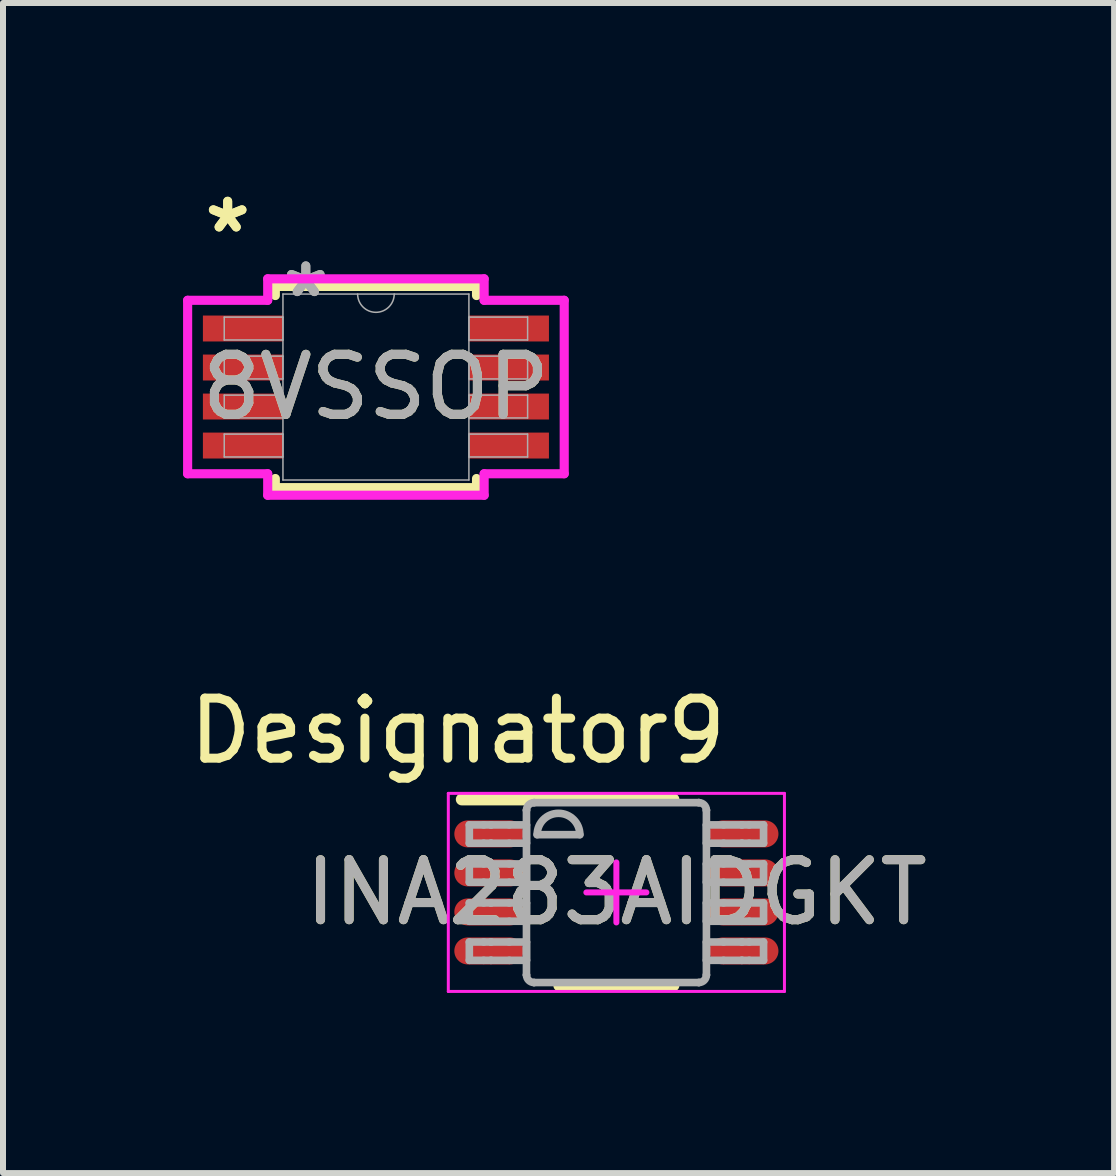
<source format=kicad_pcb>
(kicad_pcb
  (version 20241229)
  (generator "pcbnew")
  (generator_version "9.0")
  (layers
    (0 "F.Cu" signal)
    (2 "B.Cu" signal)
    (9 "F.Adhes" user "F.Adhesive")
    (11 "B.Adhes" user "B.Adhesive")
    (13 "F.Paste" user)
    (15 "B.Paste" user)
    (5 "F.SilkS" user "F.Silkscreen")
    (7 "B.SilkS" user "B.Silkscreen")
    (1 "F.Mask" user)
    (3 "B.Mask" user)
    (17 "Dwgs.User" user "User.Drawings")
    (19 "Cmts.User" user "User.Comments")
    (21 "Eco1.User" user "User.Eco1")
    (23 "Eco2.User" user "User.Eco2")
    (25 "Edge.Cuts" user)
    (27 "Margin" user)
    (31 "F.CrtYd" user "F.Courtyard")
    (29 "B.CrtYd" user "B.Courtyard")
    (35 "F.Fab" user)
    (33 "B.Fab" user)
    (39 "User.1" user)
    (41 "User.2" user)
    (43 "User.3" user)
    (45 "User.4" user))
  (footprint "8VSSOP"
    (layer "F.Cu")
    (at 3.213 3.398)
    (property "Reference" "8VSSOP" (at 0 0 0) (unlocked yes) (layer "F.SilkS") (effects (font (size 1 1) (thickness 0.15))))
    (attr smd)
    (fp_line (start -1.676 -1.676) (end -1.676 -1.524) (stroke (width 0.152) (type solid)) (layer "F.SilkS"))
    (fp_line (start -1.676 1.524) (end -1.676 1.676) (stroke (width 0.152) (type solid)) (layer "F.SilkS"))
    (fp_line (start -1.676 1.676) (end 1.676 1.676) (stroke (width 0.152) (type solid)) (layer "F.SilkS"))
    (fp_line (start 1.676 -1.676) (end -1.676 -1.676) (stroke (width 0.152) (type solid)) (layer "F.SilkS"))
    (fp_line (start 1.676 -1.524) (end 1.676 -1.676) (stroke (width 0.152) (type solid)) (layer "F.SilkS"))
    (fp_line (start 1.676 1.676) (end 1.676 1.524) (stroke (width 0.152) (type solid)) (layer "F.SilkS"))
    (fp_line (start -3.137 -1.445) (end -1.803 -1.445) (stroke (width 0.152) (type solid)) (layer "F.CrtYd"))
    (fp_line (start -3.137 1.445) (end -3.137 -1.445) (stroke (width 0.152) (type solid)) (layer "F.CrtYd"))
    (fp_line (start -3.137 1.445) (end -1.803 1.445) (stroke (width 0.152) (type solid)) (layer "F.CrtYd"))
    (fp_line (start -1.803 -1.803) (end 1.803 -1.803) (stroke (width 0.152) (type solid)) (layer "F.CrtYd"))
    (fp_line (start -1.803 -1.445) (end -1.803 -1.803) (stroke (width 0.152) (type solid)) (layer "F.CrtYd"))
    (fp_line (start -1.803 1.803) (end -1.803 1.445) (stroke (width 0.152) (type solid)) (layer "F.CrtYd"))
    (fp_line (start 1.803 -1.803) (end 1.803 -1.445) (stroke (width 0.152) (type solid)) (layer "F.CrtYd"))
    (fp_line (start 1.803 1.445) (end 1.803 1.803) (stroke (width 0.152) (type solid)) (layer "F.CrtYd"))
    (fp_line (start 1.803 1.803) (end -1.803 1.803) (stroke (width 0.152) (type solid)) (layer "F.CrtYd"))
    (fp_line (start 3.137 -1.445) (end 1.803 -1.445) (stroke (width 0.152) (type solid)) (layer "F.CrtYd"))
    (fp_line (start 3.137 -1.445) (end 3.137 1.445) (stroke (width 0.152) (type solid)) (layer "F.CrtYd"))
    (fp_line (start 3.137 1.445) (end 1.803 1.445) (stroke (width 0.152) (type solid)) (layer "F.CrtYd"))
    (fp_line (start -2.527 -1.165) (end -2.527 -0.784) (stroke (width 0.025) (type solid)) (layer "F.Fab"))
    (fp_line (start -2.527 -0.784) (end -1.549 -0.784) (stroke (width 0.025) (type solid)) (layer "F.Fab"))
    (fp_line (start -2.527 -0.515) (end -2.527 -0.135) (stroke (width 0.025) (type solid)) (layer "F.Fab"))
    (fp_line (start -2.527 -0.135) (end -1.549 -0.135) (stroke (width 0.025) (type solid)) (layer "F.Fab"))
    (fp_line (start -2.527 0.135) (end -2.527 0.515) (stroke (width 0.025) (type solid)) (layer "F.Fab"))
    (fp_line (start -2.527 0.515) (end -1.549 0.515) (stroke (width 0.025) (type solid)) (layer "F.Fab"))
    (fp_line (start -2.527 0.784) (end -2.527 1.165) (stroke (width 0.025) (type solid)) (layer "F.Fab"))
    (fp_line (start -2.527 1.165) (end -1.549 1.165) (stroke (width 0.025) (type solid)) (layer "F.Fab"))
    (fp_line (start -1.549 -1.549) (end -1.549 1.549) (stroke (width 0.025) (type solid)) (layer "F.Fab"))
    (fp_line (start -1.549 -1.165) (end -2.527 -1.165) (stroke (width 0.025) (type solid)) (layer "F.Fab"))
    (fp_line (start -1.549 -0.784) (end -1.549 -1.165) (stroke (width 0.025) (type solid)) (layer "F.Fab"))
    (fp_line (start -1.549 -0.515) (end -2.527 -0.515) (stroke (width 0.025) (type solid)) (layer "F.Fab"))
    (fp_line (start -1.549 -0.135) (end -1.549 -0.515) (stroke (width 0.025) (type solid)) (layer "F.Fab"))
    (fp_line (start -1.549 0.135) (end -2.527 0.135) (stroke (width 0.025) (type solid)) (layer "F.Fab"))
    (fp_line (start -1.549 0.515) (end -1.549 0.135) (stroke (width 0.025) (type solid)) (layer "F.Fab"))
    (fp_line (start -1.549 0.784) (end -2.527 0.784) (stroke (width 0.025) (type solid)) (layer "F.Fab"))
    (fp_line (start -1.549 1.165) (end -1.549 0.784) (stroke (width 0.025) (type solid)) (layer "F.Fab"))
    (fp_line (start -1.549 1.549) (end 1.549 1.549) (stroke (width 0.025) (type solid)) (layer "F.Fab"))
    (fp_line (start 1.549 -1.549) (end -1.549 -1.549) (stroke (width 0.025) (type solid)) (layer "F.Fab"))
    (fp_line (start 1.549 -1.165) (end 1.549 -0.784) (stroke (width 0.025) (type solid)) (layer "F.Fab"))
    (fp_line (start 1.549 -0.784) (end 2.527 -0.784) (stroke (width 0.025) (type solid)) (layer "F.Fab"))
    (fp_line (start 1.549 -0.515) (end 1.549 -0.135) (stroke (width 0.025) (type solid)) (layer "F.Fab"))
    (fp_line (start 1.549 -0.135) (end 2.527 -0.135) (stroke (width 0.025) (type solid)) (layer "F.Fab"))
    (fp_line (start 1.549 0.135) (end 1.549 0.515) (stroke (width 0.025) (type solid)) (layer "F.Fab"))
    (fp_line (start 1.549 0.515) (end 2.527 0.515) (stroke (width 0.025) (type solid)) (layer "F.Fab"))
    (fp_line (start 1.549 0.784) (end 1.549 1.165) (stroke (width 0.025) (type solid)) (layer "F.Fab"))
    (fp_line (start 1.549 1.165) (end 2.527 1.165) (stroke (width 0.025) (type solid)) (layer "F.Fab"))
    (fp_line (start 1.549 1.549) (end 1.549 -1.549) (stroke (width 0.025) (type solid)) (layer "F.Fab"))
    (fp_line (start 2.527 -1.165) (end 1.549 -1.165) (stroke (width 0.025) (type solid)) (layer "F.Fab"))
    (fp_line (start 2.527 -0.784) (end 2.527 -1.165) (stroke (width 0.025) (type solid)) (layer "F.Fab"))
    (fp_line (start 2.527 -0.515) (end 1.549 -0.515) (stroke (width 0.025) (type solid)) (layer "F.Fab"))
    (fp_line (start 2.527 -0.135) (end 2.527 -0.515) (stroke (width 0.025) (type solid)) (layer "F.Fab"))
    (fp_line (start 2.527 0.135) (end 1.549 0.135) (stroke (width 0.025) (type solid)) (layer "F.Fab"))
    (fp_line (start 2.527 0.515) (end 2.527 0.135) (stroke (width 0.025) (type solid)) (layer "F.Fab"))
    (fp_line (start 2.527 0.784) (end 1.549 0.784) (stroke (width 0.025) (type solid)) (layer "F.Fab"))
    (fp_line (start 2.527 1.165) (end 2.527 0.784) (stroke (width 0.025) (type solid)) (layer "F.Fab"))
    (fp_arc (start 0.3048 -1.5494) (mid 0 -1.2446) (end -0.3048 -1.5494) (stroke (width 0.0254) (type solid)) (layer "F.Fab"))
    (fp_text user "*" (at -2.47 -2.55 0) (layer "F.SilkS") (effects (font (size 1 1) (thickness 0.15))))
    (fp_text user "*" (at -2.47 -2.55 0) (unlocked yes) (layer "F.SilkS") (effects (font (size 1 1) (thickness 0.15))))
    (fp_text user "${REFERENCE}" (at 0 0 0) (unlocked yes) (layer "F.Fab") (effects (font (size 1 1) (thickness 0.15))))
    (fp_text user "*" (at -1.168 -1.473 0) (unlocked yes) (layer "F.Fab") (effects (font (size 1 1) (thickness 0.15))))
    (fp_text user "*" (at -1.168 -1.473 0) (layer "F.Fab") (effects (font (size 1 1) (thickness 0.15))))
    (pad "1" smd rect (at -2.216 -0.975) (size 1.333 0.432) (layers "F.Cu" "F.Mask" "F.Paste"))
    (pad "2" smd rect (at -2.216 -0.325) (size 1.333 0.432) (layers "F.Cu" "F.Mask" "F.Paste"))
    (pad "3" smd rect (at -2.216 0.325) (size 1.333 0.432) (layers "F.Cu" "F.Mask" "F.Paste"))
    (pad "4" smd rect (at -2.216 0.975) (size 1.333 0.432) (layers "F.Cu" "F.Mask" "F.Paste"))
    (pad "5" smd rect (at 2.216 0.975) (size 1.333 0.432) (layers "F.Cu" "F.Mask" "F.Paste"))
    (pad "6" smd rect (at 2.216 0.325) (size 1.333 0.432) (layers "F.Cu" "F.Mask" "F.Paste"))
    (pad "7" smd rect (at 2.216 -0.325) (size 1.333 0.432) (layers "F.Cu" "F.Mask" "F.Paste"))
    (pad "8" smd rect (at 2.216 -0.975) (size 1.333 0.432) (layers "F.Cu" "F.Mask" "F.Paste")))
  (footprint "INA283AIDGKT"
    (layer "F.Cu")
    (at 7.219 11.818)
    (property "Reference" "INA283AIDGKT" (at 0 0 0) (unlocked yes) (layer "F.SilkS") (effects (font (size 1 1) (thickness 0.15))))
    (attr smd)
    (fp_line (start -2.575 -1.55) (end 0.95 -1.55) (stroke (width 0.2) (type solid)) (layer "F.SilkS"))
    (fp_line (start -0.95 1.55) (end 0.95 1.55) (stroke (width 0.2) (type solid)) (layer "F.SilkS"))
    (fp_line (start -2.8 -1.65) (end 2.8 -1.65) (stroke (width 0.05) (type solid)) (layer "F.CrtYd"))
    (fp_line (start -2.8 1.65) (end -2.8 -1.65) (stroke (width 0.05) (type solid)) (layer "F.CrtYd"))
    (fp_line (start -2.8 1.65) (end 2.8 1.65) (stroke (width 0.05) (type solid)) (layer "F.CrtYd"))
    (fp_line (start -0.5 0) (end 0.5 0) (stroke (width 0.1) (type solid)) (layer "F.CrtYd"))
    (fp_line (start -0.000003 0.5) (end -0.000003 -0.5) (stroke (width 0.1) (type solid)) (layer "F.CrtYd"))
    (fp_line (start 2.8 1.65) (end 2.8 -1.65) (stroke (width 0.05) (type solid)) (layer "F.CrtYd"))
    (fp_line (start -2.45 -1.125) (end -2.21 -1.125) (stroke (width 0.127) (type solid)) (layer "F.Fab"))
    (fp_line (start -2.45 -0.82) (end -2.45 -1.125) (stroke (width 0.127) (type solid)) (layer "F.Fab"))
    (fp_line (start -2.45 -0.82) (end -2.21 -0.82) (stroke (width 0.127) (type solid)) (layer "F.Fab"))
    (fp_line (start -2.45 -0.475) (end -2.21 -0.475) (stroke (width 0.127) (type solid)) (layer "F.Fab"))
    (fp_line (start -2.45 -0.17) (end -2.45 -0.475) (stroke (width 0.127) (type solid)) (layer "F.Fab"))
    (fp_line (start -2.45 -0.17) (end -2.21 -0.17) (stroke (width 0.127) (type solid)) (layer "F.Fab"))
    (fp_line (start -2.45 0.175) (end -2.21 0.175) (stroke (width 0.127) (type solid)) (layer "F.Fab"))
    (fp_line (start -2.45 0.48) (end -2.45 0.175) (stroke (width 0.127) (type solid)) (layer "F.Fab"))
    (fp_line (start -2.45 0.48) (end -2.21 0.48) (stroke (width 0.127) (type solid)) (layer "F.Fab"))
    (fp_line (start -2.45 0.826) (end -2.21 0.826) (stroke (width 0.127) (type solid)) (layer "F.Fab"))
    (fp_line (start -2.45 1.131) (end -2.45 0.826) (stroke (width 0.127) (type solid)) (layer "F.Fab"))
    (fp_line (start -2.45 1.131) (end -2.21 1.131) (stroke (width 0.127) (type solid)) (layer "F.Fab"))
    (fp_line (start -2.21 -1.125) (end -2.091 -1.125) (stroke (width 0.127) (type solid)) (layer "F.Fab"))
    (fp_line (start -2.21 -0.82) (end -2.091 -0.82) (stroke (width 0.127) (type solid)) (layer "F.Fab"))
    (fp_line (start -2.21 -0.475) (end -2.091 -0.475) (stroke (width 0.127) (type solid)) (layer "F.Fab"))
    (fp_line (start -2.21 -0.17) (end -2.091 -0.17) (stroke (width 0.127) (type solid)) (layer "F.Fab"))
    (fp_line (start -2.21 0.175) (end -2.091 0.175) (stroke (width 0.127) (type solid)) (layer "F.Fab"))
    (fp_line (start -2.21 0.48) (end -2.091 0.48) (stroke (width 0.127) (type solid)) (layer "F.Fab"))
    (fp_line (start -2.21 0.826) (end -2.091 0.826) (stroke (width 0.127) (type solid)) (layer "F.Fab"))
    (fp_line (start -2.21 1.131) (end -2.091 1.131) (stroke (width 0.127) (type solid)) (layer "F.Fab"))
    (fp_line (start -2.091 -1.125) (end -2.087 -1.125) (stroke (width 0.127) (type solid)) (layer "F.Fab"))
    (fp_line (start -2.091 -0.82) (end -2.087 -0.82) (stroke (width 0.127) (type solid)) (layer "F.Fab"))
    (fp_line (start -2.091 -0.475) (end -2.087 -0.475) (stroke (width 0.127) (type solid)) (layer "F.Fab"))
    (fp_line (start -2.091 -0.17) (end -2.087 -0.17) (stroke (width 0.127) (type solid)) (layer "F.Fab"))
    (fp_line (start -2.091 0.175) (end -2.087 0.175) (stroke (width 0.127) (type solid)) (layer "F.Fab"))
    (fp_line (start -2.091 0.48) (end -2.087 0.48) (stroke (width 0.127) (type solid)) (layer "F.Fab"))
    (fp_line (start -2.091 0.826) (end -2.087 0.826) (stroke (width 0.127) (type solid)) (layer "F.Fab"))
    (fp_line (start -2.091 1.131) (end -2.087 1.131) (stroke (width 0.127) (type solid)) (layer "F.Fab"))
    (fp_line (start -2.087 -1.125) (end -1.784 -1.125) (stroke (width 0.127) (type solid)) (layer "F.Fab"))
    (fp_line (start -2.087 -0.82) (end -1.784 -0.82) (stroke (width 0.127) (type solid)) (layer "F.Fab"))
    (fp_line (start -2.087 -0.475) (end -1.784 -0.475) (stroke (width 0.127) (type solid)) (layer "F.Fab"))
    (fp_line (start -2.087 -0.17) (end -1.784 -0.17) (stroke (width 0.127) (type solid)) (layer "F.Fab"))
    (fp_line (start -2.087 0.175) (end -1.784 0.175) (stroke (width 0.127) (type solid)) (layer "F.Fab"))
    (fp_line (start -2.087 0.48) (end -1.784 0.48) (stroke (width 0.127) (type solid)) (layer "F.Fab"))
    (fp_line (start -2.087 0.826) (end -1.784 0.826) (stroke (width 0.127) (type solid)) (layer "F.Fab"))
    (fp_line (start -2.087 1.131) (end -1.784 1.131) (stroke (width 0.127) (type solid)) (layer "F.Fab"))
    (fp_line (start -1.784 -1.125) (end -1.498 -1.125) (stroke (width 0.127) (type solid)) (layer "F.Fab"))
    (fp_line (start -1.784 -0.82) (end -1.498 -0.82) (stroke (width 0.127) (type solid)) (layer "F.Fab"))
    (fp_line (start -1.784 -0.475) (end -1.498 -0.475) (stroke (width 0.127) (type solid)) (layer "F.Fab"))
    (fp_line (start -1.784 -0.17) (end -1.498 -0.17) (stroke (width 0.127) (type solid)) (layer "F.Fab"))
    (fp_line (start -1.784 0.175) (end -1.498 0.175) (stroke (width 0.127) (type solid)) (layer "F.Fab"))
    (fp_line (start -1.784 0.48) (end -1.498 0.48) (stroke (width 0.127) (type solid)) (layer "F.Fab"))
    (fp_line (start -1.784 0.826) (end -1.498 0.826) (stroke (width 0.127) (type solid)) (layer "F.Fab"))
    (fp_line (start -1.784 1.131) (end -1.498 1.131) (stroke (width 0.127) (type solid)) (layer "F.Fab"))
    (fp_line (start -1.498 -1.369) (end -1.497 -1.372) (stroke (width 0.127) (type solid)) (layer "F.Fab"))
    (fp_line (start -1.498 -0.82) (end -1.498 -1.125) (stroke (width 0.127) (type solid)) (layer "F.Fab"))
    (fp_line (start -1.498 -0.17) (end -1.498 -0.475) (stroke (width 0.127) (type solid)) (layer "F.Fab"))
    (fp_line (start -1.498 0.48) (end -1.498 0.175) (stroke (width 0.127) (type solid)) (layer "F.Fab"))
    (fp_line (start -1.498 1.131) (end -1.498 0.826) (stroke (width 0.127) (type solid)) (layer "F.Fab"))
    (fp_line (start -1.498 1.374) (end -1.498 -1.369) (stroke (width 0.127) (type solid)) (layer "F.Fab"))
    (fp_line (start -1.498 1.374) (end -1.497 1.377) (stroke (width 0.127) (type solid)) (layer "F.Fab"))
    (fp_line (start -1.373 -1.496) (end -1.371 -1.496) (stroke (width 0.127) (type solid)) (layer "F.Fab"))
    (fp_line (start -1.373 1.501) (end -1.371 1.501) (stroke (width 0.127) (type solid)) (layer "F.Fab"))
    (fp_line (start -1.371 -1.496) (end 1.373 -1.496) (stroke (width 0.127) (type solid)) (layer "F.Fab"))
    (fp_line (start -1.371 1.501) (end 1.373 1.501) (stroke (width 0.127) (type solid)) (layer "F.Fab"))
    (fp_line (start -1.32 -0.962) (end -0.609 -0.962) (stroke (width 0.127) (type solid)) (layer "F.Fab"))
    (fp_line (start 1.373 -1.496) (end 1.375 -1.496) (stroke (width 0.127) (type solid)) (layer "F.Fab"))
    (fp_line (start 1.373 1.501) (end 1.375 1.501) (stroke (width 0.127) (type solid)) (layer "F.Fab"))
    (fp_line (start 1.5 -1.372) (end 1.5 -1.369) (stroke (width 0.127) (type solid)) (layer "F.Fab"))
    (fp_line (start 1.5 1.377) (end 1.5 1.374) (stroke (width 0.127) (type solid)) (layer "F.Fab"))
    (fp_line (start 1.5 -1.125) (end 1.786 -1.125) (stroke (width 0.127) (type solid)) (layer "F.Fab"))
    (fp_line (start 1.5 -0.82) (end 1.5 -1.125) (stroke (width 0.127) (type solid)) (layer "F.Fab"))
    (fp_line (start 1.5 -0.82) (end 1.786 -0.82) (stroke (width 0.127) (type solid)) (layer "F.Fab"))
    (fp_line (start 1.5 -0.475) (end 1.786 -0.475) (stroke (width 0.127) (type solid)) (layer "F.Fab"))
    (fp_line (start 1.5 -0.17) (end 1.5 -0.475) (stroke (width 0.127) (type solid)) (layer "F.Fab"))
    (fp_line (start 1.5 -0.17) (end 1.786 -0.17) (stroke (width 0.127) (type solid)) (layer "F.Fab"))
    (fp_line (start 1.5 0.175) (end 1.786 0.175) (stroke (width 0.127) (type solid)) (layer "F.Fab"))
    (fp_line (start 1.5 0.48) (end 1.5 0.175) (stroke (width 0.127) (type solid)) (layer "F.Fab"))
    (fp_line (start 1.5 0.48) (end 1.786 0.48) (stroke (width 0.127) (type solid)) (layer "F.Fab"))
    (fp_line (start 1.5 0.826) (end 1.786 0.826) (stroke (width 0.127) (type solid)) (layer "F.Fab"))
    (fp_line (start 1.5 1.131) (end 1.5 0.826) (stroke (width 0.127) (type solid)) (layer "F.Fab"))
    (fp_line (start 1.5 1.131) (end 1.786 1.131) (stroke (width 0.127) (type solid)) (layer "F.Fab"))
    (fp_line (start 1.5 1.374) (end 1.5 -1.369) (stroke (width 0.127) (type solid)) (layer "F.Fab"))
    (fp_line (start 1.786 -1.125) (end 2.089 -1.125) (stroke (width 0.127) (type solid)) (layer "F.Fab"))
    (fp_line (start 1.786 -0.82) (end 2.089 -0.82) (stroke (width 0.127) (type solid)) (layer "F.Fab"))
    (fp_line (start 1.786 -0.475) (end 2.089 -0.475) (stroke (width 0.127) (type solid)) (layer "F.Fab"))
    (fp_line (start 1.786 -0.17) (end 2.089 -0.17) (stroke (width 0.127) (type solid)) (layer "F.Fab"))
    (fp_line (start 1.786 0.175) (end 2.089 0.175) (stroke (width 0.127) (type solid)) (layer "F.Fab"))
    (fp_line (start 1.786 0.48) (end 2.089 0.48) (stroke (width 0.127) (type solid)) (layer "F.Fab"))
    (fp_line (start 1.786 0.826) (end 2.089 0.826) (stroke (width 0.127) (type solid)) (layer "F.Fab"))
    (fp_line (start 1.786 1.131) (end 2.089 1.131) (stroke (width 0.127) (type solid)) (layer "F.Fab"))
    (fp_line (start 2.089 -1.125) (end 2.093 -1.125) (stroke (width 0.127) (type solid)) (layer "F.Fab"))
    (fp_line (start 2.089 -0.82) (end 2.093 -0.82) (stroke (width 0.127) (type solid)) (layer "F.Fab"))
    (fp_line (start 2.089 -0.475) (end 2.093 -0.475) (stroke (width 0.127) (type solid)) (layer "F.Fab"))
    (fp_line (start 2.089 -0.17) (end 2.093 -0.17) (stroke (width 0.127) (type solid)) (layer "F.Fab"))
    (fp_line (start 2.089 0.175) (end 2.093 0.175) (stroke (width 0.127) (type solid)) (layer "F.Fab"))
    (fp_line (start 2.089 0.48) (end 2.093 0.48) (stroke (width 0.127) (type solid)) (layer "F.Fab"))
    (fp_line (start 2.089 0.826) (end 2.093 0.826) (stroke (width 0.127) (type solid)) (layer "F.Fab"))
    (fp_line (start 2.089 1.131) (end 2.093 1.131) (stroke (width 0.127) (type solid)) (layer "F.Fab"))
    (fp_line (start 2.093 -1.125) (end 2.213 -1.125) (stroke (width 0.127) (type solid)) (layer "F.Fab"))
    (fp_line (start 2.093 -0.82) (end 2.213 -0.82) (stroke (width 0.127) (type solid)) (layer "F.Fab"))
    (fp_line (start 2.093 -0.475) (end 2.213 -0.475) (stroke (width 0.127) (type solid)) (layer "F.Fab"))
    (fp_line (start 2.093 -0.17) (end 2.213 -0.17) (stroke (width 0.127) (type solid)) (layer "F.Fab"))
    (fp_line (start 2.093 0.175) (end 2.213 0.175) (stroke (width 0.127) (type solid)) (layer "F.Fab"))
    (fp_line (start 2.093 0.48) (end 2.213 0.48) (stroke (width 0.127) (type solid)) (layer "F.Fab"))
    (fp_line (start 2.093 0.826) (end 2.213 0.826) (stroke (width 0.127) (type solid)) (layer "F.Fab"))
    (fp_line (start 2.093 1.131) (end 2.213 1.131) (stroke (width 0.127) (type solid)) (layer "F.Fab"))
    (fp_line (start 2.213 -1.125) (end 2.452 -1.125) (stroke (width 0.127) (type solid)) (layer "F.Fab"))
    (fp_line (start 2.213 -0.82) (end 2.452 -0.82) (stroke (width 0.127) (type solid)) (layer "F.Fab"))
    (fp_line (start 2.213 -0.475) (end 2.452 -0.475) (stroke (width 0.127) (type solid)) (layer "F.Fab"))
    (fp_line (start 2.213 -0.17) (end 2.452 -0.17) (stroke (width 0.127) (type solid)) (layer "F.Fab"))
    (fp_line (start 2.213 0.175) (end 2.452 0.175) (stroke (width 0.127) (type solid)) (layer "F.Fab"))
    (fp_line (start 2.213 0.48) (end 2.452 0.48) (stroke (width 0.127) (type solid)) (layer "F.Fab"))
    (fp_line (start 2.213 0.826) (end 2.452 0.826) (stroke (width 0.127) (type solid)) (layer "F.Fab"))
    (fp_line (start 2.213 1.131) (end 2.452 1.131) (stroke (width 0.127) (type solid)) (layer "F.Fab"))
    (fp_line (start 2.452 -0.82) (end 2.452 -1.125) (stroke (width 0.127) (type solid)) (layer "F.Fab"))
    (fp_line (start 2.452 -0.17) (end 2.452 -0.475) (stroke (width 0.127) (type solid)) (layer "F.Fab"))
    (fp_line (start 2.452 0.48) (end 2.452 0.175) (stroke (width 0.127) (type solid)) (layer "F.Fab"))
    (fp_line (start 2.452 1.131) (end 2.452 0.826) (stroke (width 0.127) (type solid)) (layer "F.Fab"))
    (fp_arc (start -1.497476 -1.371582) (mid -1.460306 -1.458644) (end -1.373243 -1.495814) (stroke (width 0.127) (type solid)) (layer "F.Fab"))
    (fp_arc (start -1.373243 1.501336) (mid -1.460306 1.464166) (end -1.497476 1.377104) (stroke (width 0.127) (type solid)) (layer "F.Fab"))
    (fp_arc (start -1.3197 -0.962439) (mid -0.9641 -1.318039) (end -0.6085 -0.962439) (stroke (width 0.127) (type solid)) (layer "F.Fab"))
    (fp_arc (start 1.375443 -1.495814) (mid 1.462505 -1.458644) (end 1.499675 -1.371582) (stroke (width 0.127) (type solid)) (layer "F.Fab"))
    (fp_arc (start 1.499675 1.377104) (mid 1.462505 1.464166) (end 1.375443 1.501336) (stroke (width 0.127) (type solid)) (layer "F.Fab"))
    (fp_text user "Designator9" (at -2.642 -2.692 0) (unlocked yes) (layer "F.SilkS") (effects (font (size 1 1) (thickness 0.15))))
    (fp_text user "${REFERENCE}" (at 0 0 0) (unlocked yes) (layer "F.Fab") (effects (font (size 1 1) (thickness 0.15))))
    (pad "1" smd oval (at -2.125 -0.975 90) (size 0.45 1.15) (layers "F.Cu" "F.Mask" "F.Paste"))
    (pad "2" smd oval (at -2.125 -0.325 90) (size 0.45 1.15) (layers "F.Cu" "F.Mask" "F.Paste"))
    (pad "3" smd oval (at -2.125 0.325 90) (size 0.45 1.15) (layers "F.Cu" "F.Mask" "F.Paste"))
    (pad "4" smd oval (at -2.125 0.975 90) (size 0.45 1.15) (layers "F.Cu" "F.Mask" "F.Paste"))
    (pad "5" smd oval (at 2.125 0.975 90) (size 0.45 1.15) (layers "F.Cu" "F.Mask" "F.Paste"))
    (pad "6" smd oval (at 2.125 0.325 90) (size 0.45 1.15) (layers "F.Cu" "F.Mask" "F.Paste"))
    (pad "7" smd oval (at 2.125 -0.325 90) (size 0.45 1.15) (layers "F.Cu" "F.Mask" "F.Paste"))
    (pad "8" smd oval (at 2.125 -0.975 90) (size 0.45 1.15) (layers "F.Cu" "F.Mask" "F.Paste")))
  (gr_rect
    (start -3 -3)
    (end 15.511 16.493)
    (stroke (width 0.1) (type default))
    (fill no)
    (layer "Edge.Cuts")))
</source>
